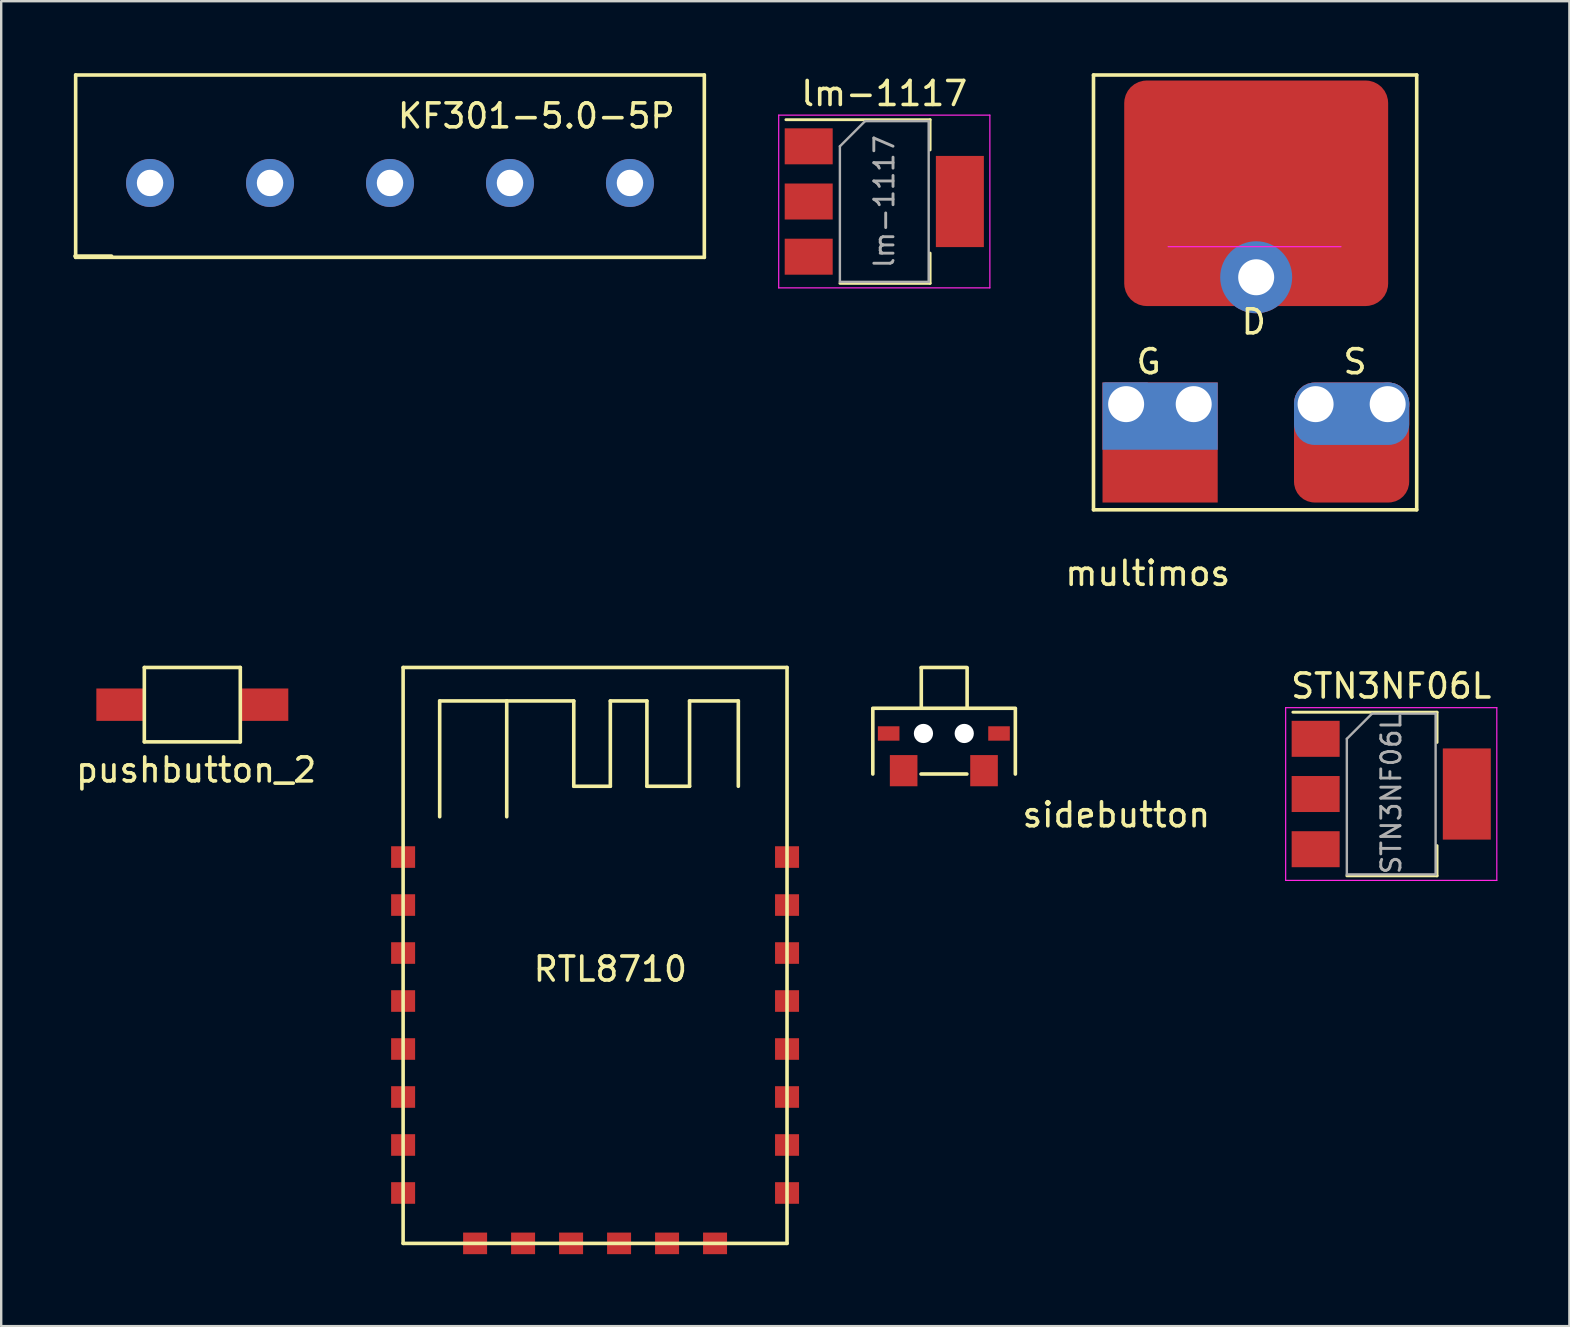
<source format=kicad_pcb>
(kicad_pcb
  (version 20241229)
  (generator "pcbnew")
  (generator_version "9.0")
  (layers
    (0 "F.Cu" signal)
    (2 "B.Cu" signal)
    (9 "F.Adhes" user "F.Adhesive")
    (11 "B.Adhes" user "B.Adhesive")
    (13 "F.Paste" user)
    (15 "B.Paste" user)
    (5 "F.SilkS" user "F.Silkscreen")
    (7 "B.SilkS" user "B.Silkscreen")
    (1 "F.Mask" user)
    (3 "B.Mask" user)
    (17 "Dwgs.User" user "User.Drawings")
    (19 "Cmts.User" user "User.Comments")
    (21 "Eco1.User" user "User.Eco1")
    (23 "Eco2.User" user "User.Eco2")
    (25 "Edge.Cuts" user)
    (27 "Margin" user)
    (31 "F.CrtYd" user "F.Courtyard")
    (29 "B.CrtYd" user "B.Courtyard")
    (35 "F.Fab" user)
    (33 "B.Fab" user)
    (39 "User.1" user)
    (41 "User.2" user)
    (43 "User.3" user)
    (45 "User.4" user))
  (footprint "STN3NF06L"
    (layer "F.Cu")
    (at 54.93 30.041)
    (property "Reference" "STN3NF06L" (at 0 -4.5 0) (layer "F.SilkS") (effects (font (size 1 1) (thickness 0.15))))
    (attr smd)
    (fp_line (start -4.1 -3.41) (end 1.91 -3.41) (stroke (width 0.12) (type solid)) (layer "F.SilkS"))
    (fp_line (start -1.85 3.41) (end 1.91 3.41) (stroke (width 0.12) (type solid)) (layer "F.SilkS"))
    (fp_line (start 1.91 -3.41) (end 1.91 -2.15) (stroke (width 0.12) (type solid)) (layer "F.SilkS"))
    (fp_line (start 1.91 3.41) (end 1.91 2.15) (stroke (width 0.12) (type solid)) (layer "F.SilkS"))
    (fp_line (start -4.4 -3.6) (end -4.4 3.6) (stroke (width 0.05) (type solid)) (layer "F.CrtYd"))
    (fp_line (start -4.4 3.6) (end 4.4 3.6) (stroke (width 0.05) (type solid)) (layer "F.CrtYd"))
    (fp_line (start 4.4 -3.6) (end -4.4 -3.6) (stroke (width 0.05) (type solid)) (layer "F.CrtYd"))
    (fp_line (start 4.4 3.6) (end 4.4 -3.6) (stroke (width 0.05) (type solid)) (layer "F.CrtYd"))
    (fp_line (start -1.85 -2.3) (end -1.85 3.35) (stroke (width 0.1) (type solid)) (layer "F.Fab"))
    (fp_line (start -1.85 -2.3) (end -0.8 -3.35) (stroke (width 0.1) (type solid)) (layer "F.Fab"))
    (fp_line (start -1.85 3.35) (end 1.85 3.35) (stroke (width 0.1) (type solid)) (layer "F.Fab"))
    (fp_line (start -0.8 -3.35) (end 1.85 -3.35) (stroke (width 0.1) (type solid)) (layer "F.Fab"))
    (fp_line (start 1.85 -3.35) (end 1.85 3.35) (stroke (width 0.1) (type solid)) (layer "F.Fab"))
    (fp_text user "${REFERENCE}" (at 0 0 90) (layer "F.Fab") (effects (font (size 0.8 0.8) (thickness 0.12))))
    (pad "1" smd rect (at -3.15 -2.3) (size 2 1.5) (layers "F.Cu" "F.Mask" "F.Paste"))
    (pad "2" smd rect (at -3.15 0) (size 2 1.5) (layers "F.Cu" "F.Mask" "F.Paste"))
    (pad "2" smd rect (at 3.15 0) (size 2 3.8) (layers "F.Cu" "F.Mask" "F.Paste"))
    (pad "3" smd rect (at -3.15 2.3) (size 2 1.5) (layers "F.Cu" "F.Mask" "F.Paste")))
  (footprint "multimos"
    (layer "F.Cu")
    (at 49.332 9.425)
    (property "Reference" "multimos" (at -4.55 11.42 0) (layer "F.SilkS") (effects (font (size 1 1) (thickness 0.15))))
    (attr through_hole)
    (fp_line (start -6.81 -9.35) (end -6.81 8.77) (stroke (width 0.15) (type solid)) (layer "F.SilkS"))
    (fp_line (start -6.81 -9.35) (end 6.66 -9.35) (stroke (width 0.15) (type solid)) (layer "F.SilkS"))
    (fp_line (start -6.81 8.77) (end 6.66 8.77) (stroke (width 0.15) (type solid)) (layer "F.SilkS"))
    (fp_line (start 6.66 -9.35) (end 6.66 8.77) (stroke (width 0.15) (type solid)) (layer "F.SilkS"))
    (fp_line (start 3.502 -2.196) (end -3.698 -2.196) (stroke (width 0.05) (type solid)) (layer "F.CrtYd"))
    (fp_text user "G" (at -4.51 2.6 0) (layer "F.SilkS") (effects (font (size 1 1) (thickness 0.15))))
    (fp_text user "S" (at 4.09 2.6 0) (layer "F.SilkS") (effects (font (size 1 1) (thickness 0.15))))
    (fp_text user "D" (at -0.13 0.94 0) (layer "F.SilkS") (effects (font (size 1 1) (thickness 0.15))))
    (pad "1" thru_hole rect (at -5.45 4.368) (size 1.8 1.8) (drill 1.5) (layers "*.Cu" "*.Mask"))
    (pad "1" thru_hole rect (at -2.634 4.368) (size 4.8 2.8) (drill 1.5 (offset -1.4 0.5)) (layers "*.Cu" "*.Mask"))
    (pad "1" smd rect (at -2.634 4.368) (size 4.8 5) (drill (offset -1.4 1.6)) (layers "F.Cu" "F.Mask" "F.Paste"))
    (pad "2" thru_hole circle (at -0.03 -0.92) (size 3 3) (drill 1.5) (layers "*.Cu" "*.Mask"))
    (pad "2" smd roundrect (at -0.03 -0.92) (size 11 9.4) (drill (offset 0 -3.5)) (layers "F.Cu" "F.Mask" "F.Paste") (roundrect_rratio 0.1))
    (pad "3" thru_hole roundrect (at 2.446 4.368) (size 4.8 2.6) (drill 1.5 (offset 1.5 0.4)) (layers "*.Cu" "*.Mask") (roundrect_rratio 0.33))
    (pad "3" smd roundrect (at 2.446 4.368) (size 4.8 5) (drill (offset 1.5 1.6)) (layers "F.Cu" "F.Mask" "F.Paste") (roundrect_rratio 0.18))
    (pad "3" thru_hole oval (at 5.45 4.368) (size 1.8 1.8) (drill 1.5) (layers "*.Cu" "*.Mask")))
  (footprint "lm-1117"
    (layer "F.Cu")
    (at 33.803 5.348)
    (property "Reference" "lm-1117" (at 0 -4.5 0) (layer "F.SilkS") (effects (font (size 1 1) (thickness 0.15))))
    (attr smd)
    (fp_line (start -4.1 -3.41) (end 1.91 -3.41) (stroke (width 0.12) (type solid)) (layer "F.SilkS"))
    (fp_line (start -1.85 3.41) (end 1.91 3.41) (stroke (width 0.12) (type solid)) (layer "F.SilkS"))
    (fp_line (start 1.91 -3.41) (end 1.91 -2.15) (stroke (width 0.12) (type solid)) (layer "F.SilkS"))
    (fp_line (start 1.91 3.41) (end 1.91 2.15) (stroke (width 0.12) (type solid)) (layer "F.SilkS"))
    (fp_line (start -4.4 -3.6) (end -4.4 3.6) (stroke (width 0.05) (type solid)) (layer "F.CrtYd"))
    (fp_line (start -4.4 3.6) (end 4.4 3.6) (stroke (width 0.05) (type solid)) (layer "F.CrtYd"))
    (fp_line (start 4.4 -3.6) (end -4.4 -3.6) (stroke (width 0.05) (type solid)) (layer "F.CrtYd"))
    (fp_line (start 4.4 3.6) (end 4.4 -3.6) (stroke (width 0.05) (type solid)) (layer "F.CrtYd"))
    (fp_line (start -1.85 -2.3) (end -1.85 3.35) (stroke (width 0.1) (type solid)) (layer "F.Fab"))
    (fp_line (start -1.85 -2.3) (end -0.8 -3.35) (stroke (width 0.1) (type solid)) (layer "F.Fab"))
    (fp_line (start -1.85 3.35) (end 1.85 3.35) (stroke (width 0.1) (type solid)) (layer "F.Fab"))
    (fp_line (start -0.8 -3.35) (end 1.85 -3.35) (stroke (width 0.1) (type solid)) (layer "F.Fab"))
    (fp_line (start 1.85 -3.35) (end 1.85 3.35) (stroke (width 0.1) (type solid)) (layer "F.Fab"))
    (fp_text user "${REFERENCE}" (at 0 0 90) (layer "F.Fab") (effects (font (size 0.8 0.8) (thickness 0.12))))
    (pad "1" smd rect (at -3.15 -2.3) (size 2 1.5) (layers "F.Cu" "F.Mask" "F.Paste"))
    (pad "2" smd rect (at -3.15 0) (size 2 1.5) (layers "F.Cu" "F.Mask" "F.Paste"))
    (pad "2" smd rect (at 3.15 0) (size 2 3.8) (layers "F.Cu" "F.Mask" "F.Paste"))
    (pad "3" smd rect (at -3.15 2.3) (size 2 1.5) (layers "F.Cu" "F.Mask" "F.Paste")))
  (footprint "RTL8710"
    (layer "F.Cu")
    (at 13.75 48.768)
    (property "Reference" "RTL8710" (at 8.636 -11.43 0) (layer "F.SilkS") (effects (font (size 1 1) (thickness 0.15))))
    (attr through_hole)
    (fp_line (start 0 -24) (end 16 -24) (stroke (width 0.15) (type solid)) (layer "F.SilkS"))
    (fp_line (start 0 0) (end 0 -24) (stroke (width 0.15) (type solid)) (layer "F.SilkS"))
    (fp_line (start 0 0) (end 16 0) (stroke (width 0.15) (type solid)) (layer "F.SilkS"))
    (fp_line (start 1.524 -22.606) (end 4.318 -22.606) (stroke (width 0.15) (type solid)) (layer "F.SilkS"))
    (fp_line (start 1.524 -17.78) (end 1.524 -22.606) (stroke (width 0.15) (type solid)) (layer "F.SilkS"))
    (fp_line (start 4.318 -22.606) (end 4.318 -17.78) (stroke (width 0.15) (type solid)) (layer "F.SilkS"))
    (fp_line (start 4.318 -22.606) (end 7.112 -22.606) (stroke (width 0.15) (type solid)) (layer "F.SilkS"))
    (fp_line (start 7.112 -22.606) (end 7.112 -19.05) (stroke (width 0.15) (type solid)) (layer "F.SilkS"))
    (fp_line (start 7.112 -19.05) (end 8.636 -19.05) (stroke (width 0.15) (type solid)) (layer "F.SilkS"))
    (fp_line (start 8.636 -22.606) (end 10.16 -22.606) (stroke (width 0.15) (type solid)) (layer "F.SilkS"))
    (fp_line (start 8.636 -19.05) (end 8.636 -22.606) (stroke (width 0.15) (type solid)) (layer "F.SilkS"))
    (fp_line (start 10.16 -22.606) (end 10.16 -19.05) (stroke (width 0.15) (type solid)) (layer "F.SilkS"))
    (fp_line (start 10.16 -19.05) (end 11.938 -19.05) (stroke (width 0.15) (type solid)) (layer "F.SilkS"))
    (fp_line (start 11.938 -22.606) (end 13.97 -22.606) (stroke (width 0.15) (type solid)) (layer "F.SilkS"))
    (fp_line (start 11.938 -19.05) (end 11.938 -22.606) (stroke (width 0.15) (type solid)) (layer "F.SilkS"))
    (fp_line (start 13.97 -22.606) (end 13.97 -19.05) (stroke (width 0.15) (type solid)) (layer "F.SilkS"))
    (fp_line (start 16 0) (end 16 -24) (stroke (width 0.15) (type solid)) (layer "F.SilkS"))
    (pad "1" smd rect (at 0 -16.1) (size 1 0.9) (layers "F.Cu" "F.Mask" "F.Paste"))
    (pad "2" smd rect (at 0 -14.1) (size 1 0.9) (layers "F.Cu" "F.Mask" "F.Paste"))
    (pad "3" smd rect (at 0 -12.1) (size 1 0.9) (layers "F.Cu" "F.Mask" "F.Paste"))
    (pad "4" smd rect (at 0 -10.1) (size 1 0.9) (layers "F.Cu" "F.Mask" "F.Paste"))
    (pad "5" smd rect (at 0 -8.1) (size 1 0.9) (layers "F.Cu" "F.Mask" "F.Paste"))
    (pad "6" smd rect (at 0 -6.1) (size 1 0.9) (layers "F.Cu" "F.Mask" "F.Paste"))
    (pad "7" smd rect (at 0 -4.1) (size 1 0.9) (layers "F.Cu" "F.Mask" "F.Paste"))
    (pad "8" smd rect (at 0 -2.1) (size 1 0.9) (layers "F.Cu" "F.Mask" "F.Paste"))
    (pad "9" smd rect (at 16 -16.1) (size 1 0.9) (layers "F.Cu" "F.Mask" "F.Paste"))
    (pad "10" smd rect (at 16 -14.1) (size 1 0.9) (layers "F.Cu" "F.Mask" "F.Paste"))
    (pad "11" smd rect (at 16 -12.1) (size 1 0.9) (layers "F.Cu" "F.Mask" "F.Paste"))
    (pad "12" smd rect (at 16 -10.1) (size 1 0.9) (layers "F.Cu" "F.Mask" "F.Paste"))
    (pad "13" smd rect (at 16 -8.1) (size 1 0.9) (layers "F.Cu" "F.Mask" "F.Paste"))
    (pad "14" smd rect (at 16 -6.1) (size 1 0.9) (layers "F.Cu" "F.Mask" "F.Paste"))
    (pad "15" smd rect (at 16 -4.1) (size 1 0.9) (layers "F.Cu" "F.Mask" "F.Paste"))
    (pad "16" smd rect (at 16 -2.1) (size 1 0.9) (layers "F.Cu" "F.Mask" "F.Paste"))
    (pad "17" smd rect (at 3 0) (size 1 0.9) (layers "F.Cu" "F.Mask" "F.Paste"))
    (pad "18" smd rect (at 5 0) (size 1 0.9) (layers "F.Cu" "F.Mask" "F.Paste"))
    (pad "19" smd rect (at 7 0) (size 1 0.9) (layers "F.Cu" "F.Mask" "F.Paste"))
    (pad "20" smd rect (at 9 0) (size 1 0.9) (layers "F.Cu" "F.Mask" "F.Paste"))
    (pad "21" smd rect (at 11 0) (size 1 0.9) (layers "F.Cu" "F.Mask" "F.Paste"))
    (pad "22" smd rect (at 13 0) (size 1 0.9) (layers "F.Cu" "F.Mask" "F.Paste")))
  (footprint "KF301-5.0-5P"
    (layer "F.Cu")
    (at 13.203 4.575)
    (property "Reference" "KF301-5.0-5P" (at 6.096 -2.794 0) (layer "F.SilkS") (effects (font (size 1 1) (thickness 0.15))))
    (attr through_hole)
    (fp_line (start -13.128 3.048) (end -11.604 3.048) (stroke (width 0.15) (type solid)) (layer "F.SilkS"))
    (fp_line (start -13.1 -4.5) (end -13.1 3.1) (stroke (width 0.15) (type solid)) (layer "F.SilkS"))
    (fp_line (start -13.1 -4.5) (end 13.1 -4.5) (stroke (width 0.15) (type solid)) (layer "F.SilkS"))
    (fp_line (start -13.1 3.1) (end 13.1 3.1) (stroke (width 0.15) (type solid)) (layer "F.SilkS"))
    (fp_line (start 13.1 -4.5) (end 13.1 3.1) (stroke (width 0.15) (type solid)) (layer "F.SilkS"))
    (pad "1" thru_hole circle (at -10 0) (size 2 2) (drill 1.1) (layers "*.Cu" "*.Mask"))
    (pad "2" thru_hole circle (at -5 0) (size 2 2) (drill 1.1) (layers "*.Cu" "*.Mask"))
    (pad "3" thru_hole circle (at 0 0) (size 2 2) (drill 1.1) (layers "*.Cu" "*.Mask"))
    (pad "4" thru_hole circle (at 5 0) (size 2 2) (drill 1.1) (layers "*.Cu" "*.Mask"))
    (pad "5" thru_hole circle (at 10 0) (size 2 2) (drill 1.1) (layers "*.Cu" "*.Mask")))
  (footprint "pushbutton_2"
    (layer "F.Cu")
    (at 4.965 26.318)
    (property "Reference" "pushbutton_2" (at 0.16 2.72 0) (layer "F.SilkS") (effects (font (size 1 1) (thickness 0.15))))
    (attr through_hole)
    (fp_line (start -2 -1.55) (end 2 -1.55) (stroke (width 0.15) (type solid)) (layer "F.SilkS"))
    (fp_line (start -2 1.55) (end -2 -1.55) (stroke (width 0.15) (type solid)) (layer "F.SilkS"))
    (fp_line (start 2 -1.55) (end 2 1.55) (stroke (width 0.15) (type solid)) (layer "F.SilkS"))
    (fp_line (start 2 1.55) (end -2 1.55) (stroke (width 0.15) (type solid)) (layer "F.SilkS"))
    (pad "1" smd rect (at -3 0) (size 2 1.35) (layers "F.Cu" "F.Mask" "F.Paste"))
    (pad "2" smd rect (at 3 0) (size 2 1.35) (layers "F.Cu" "F.Mask" "F.Paste")))
  (footprint "sidebutton"
    (layer "F.Cu")
    (at 36.285 27.518)
    (property "Reference" "sidebutton" (at 7.19 3.39 0) (layer "F.SilkS") (effects (font (size 1 1) (thickness 0.15))))
    (attr through_hole)
    (fp_line (start -2.96 -1.05) (end 2.98 -1.05) (stroke (width 0.15) (type solid)) (layer "F.SilkS"))
    (fp_line (start -2.96 -1.03) (end -2.96 1.69) (stroke (width 0.15) (type solid)) (layer "F.SilkS"))
    (fp_line (start -0.95 -2.75) (end 0.96 -2.75) (stroke (width 0.15) (type solid)) (layer "F.SilkS"))
    (fp_line (start -0.95 1.69) (end 0.96 1.69) (stroke (width 0.15) (type solid)) (layer "F.SilkS"))
    (fp_line (start -0.94 -2.73) (end -0.94 -1.08) (stroke (width 0.15) (type solid)) (layer "F.SilkS"))
    (fp_line (start 0.97 -2.73) (end 0.97 -1.08) (stroke (width 0.15) (type solid)) (layer "F.SilkS"))
    (fp_line (start 2.98 -1.03) (end 2.98 1.69) (stroke (width 0.15) (type solid)) (layer "F.SilkS"))
    (pad "" np_thru_hole circle (at -0.85 0) (size 0.8 0.8) (drill 0.8) (layers "*.Cu" "*.Mask"))
    (pad "" np_thru_hole circle (at 0.85 0) (size 0.8 0.8) (drill 0.8) (layers "*.Cu" "*.Mask"))
    (pad "1" smd rect (at -1.675 1.55) (size 1.15 1.3) (layers "F.Cu" "F.Mask" "F.Paste"))
    (pad "2" smd rect (at 1.675 1.55) (size 1.15 1.3) (layers "F.Cu" "F.Mask" "F.Paste"))
    (pad "GND" smd rect (at -2.3 0) (size 0.9 0.6) (layers "F.Cu" "F.Mask" "F.Paste"))
    (pad "GND" smd rect (at 2.3 0) (size 0.9 0.6) (layers "F.Cu" "F.Mask" "F.Paste")))
  (gr_rect
    (start -3 -3)
    (end 62.355 52.218)
    (stroke (width 0.1) (type default))
    (fill no)
    (layer "Edge.Cuts")))
</source>
